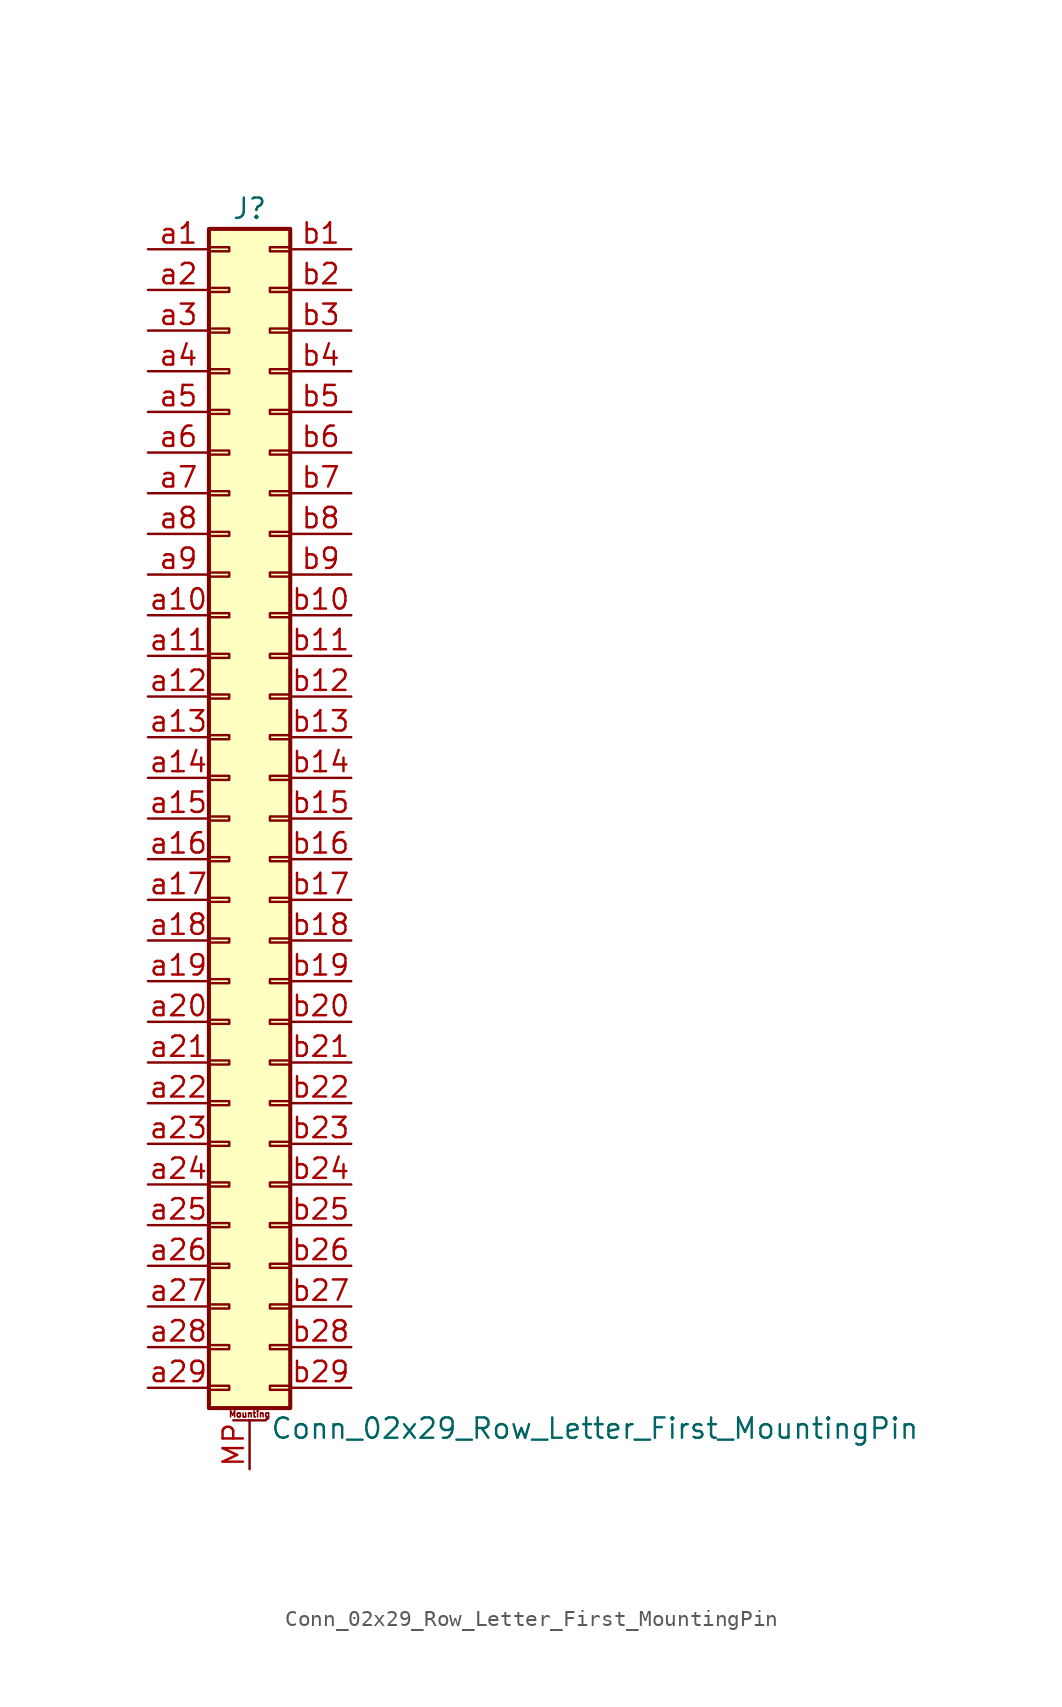
<source format=kicad_sym>
(kicad_symbol_lib
  (version 20201005)
  (generator kicad_symbol_editor)
  (symbol "Connector_Generic_MountingPin:Conn_02x29_Row_Letter_First_MountingPin"
    (pin_names
      (offset 1.016) hide)
    (property "Reference" "J"
      (at 1.27 38.1 0)
      (effects (font (size 1.27 1.27))))
    (property "Value" "Conn_02x29_Row_Letter_First_MountingPin"
      (at 2.54 -38.1 0)
      (effects (font (size 1.27 1.27)) (justify left)))
    (symbol "Conn_02x29_Row_Letter_First_MountingPin_1_1"
      (text "Mounting" (at 1.27 -37.211 0) (effects (font (size 0.381 0.381))))
      (rectangle (start -1.27 -27.813) (end 0 -28.067) (stroke (width 0.152)) (fill (type none)))
      (rectangle (start -1.27 -30.353) (end 0 -30.607) (stroke (width 0.152)) (fill (type none)))
      (rectangle (start -1.27 -32.893) (end 0 -33.147) (stroke (width 0.152)) (fill (type none)))
      (rectangle (start -1.27 -35.433) (end 0 -35.687) (stroke (width 0.152)) (fill (type none)))
      (rectangle (start -1.27 -4.953) (end 0 -5.207) (stroke (width 0.152)) (fill (type none)))
      (rectangle (start -1.27 -7.493) (end 0 -7.747) (stroke (width 0.152)) (fill (type none)))
      (rectangle (start -1.27 -10.033) (end 0 -10.287) (stroke (width 0.152)) (fill (type none)))
      (rectangle (start -1.27 -12.573) (end 0 -12.827) (stroke (width 0.152)) (fill (type none)))
      (rectangle (start -1.27 -15.113) (end 0 -15.367) (stroke (width 0.152)) (fill (type none)))
      (rectangle (start -1.27 -17.653) (end 0 -17.907) (stroke (width 0.152)) (fill (type none)))
      (rectangle (start -1.27 -20.193) (end 0 -20.447) (stroke (width 0.152)) (fill (type none)))
      (rectangle (start -1.27 -22.733) (end 0 -22.987) (stroke (width 0.152)) (fill (type none)))
      (rectangle (start -1.27 -2.413) (end 0 -2.667) (stroke (width 0.152)) (fill (type none)))
      (rectangle (start -1.27 -25.273) (end 0 -25.527) (stroke (width 0.152)) (fill (type none)))
      (rectangle (start -1.27 25.527) (end 0 25.273) (stroke (width 0.152)) (fill (type none)))
      (rectangle (start -1.27 2.667) (end 0 2.413) (stroke (width 0.152)) (fill (type none)))
      (rectangle (start -1.27 28.067) (end 0 27.813) (stroke (width 0.152)) (fill (type none)))
      (rectangle (start -1.27 30.607) (end 0 30.353) (stroke (width 0.152)) (fill (type none)))
      (rectangle (start -1.27 33.147) (end 0 32.893) (stroke (width 0.152)) (fill (type none)))
      (rectangle (start -1.27 35.687) (end 0 35.433) (stroke (width 0.152)) (fill (type none)))
      (rectangle (start -1.27 36.83) (end 3.81 -36.83) (stroke (width 0.254)) (fill (type background)))
      (rectangle (start -1.27 5.207) (end 0 4.953) (stroke (width 0.152)) (fill (type none)))
      (rectangle (start -1.27 7.747) (end 0 7.493) (stroke (width 0.152)) (fill (type none)))
      (rectangle (start -1.27 10.287) (end 0 10.033) (stroke (width 0.152)) (fill (type none)))
      (rectangle (start -1.27 0.127) (end 0 -0.127) (stroke (width 0.152)) (fill (type none)))
      (rectangle (start -1.27 12.827) (end 0 12.573) (stroke (width 0.152)) (fill (type none)))
      (rectangle (start -1.27 15.367) (end 0 15.113) (stroke (width 0.152)) (fill (type none)))
      (rectangle (start -1.27 17.907) (end 0 17.653) (stroke (width 0.152)) (fill (type none)))
      (rectangle (start -1.27 20.447) (end 0 20.193) (stroke (width 0.152)) (fill (type none)))
      (rectangle (start -1.27 22.987) (end 0 22.733) (stroke (width 0.152)) (fill (type none)))
      (rectangle (start 3.81 -27.813) (end 2.54 -28.067) (stroke (width 0.152)) (fill (type none)))
      (rectangle (start 3.81 -30.353) (end 2.54 -30.607) (stroke (width 0.152)) (fill (type none)))
      (rectangle (start 3.81 -32.893) (end 2.54 -33.147) (stroke (width 0.152)) (fill (type none)))
      (rectangle (start 3.81 -35.433) (end 2.54 -35.687) (stroke (width 0.152)) (fill (type none)))
      (rectangle (start 3.81 -4.953) (end 2.54 -5.207) (stroke (width 0.152)) (fill (type none)))
      (rectangle (start 3.81 -7.493) (end 2.54 -7.747) (stroke (width 0.152)) (fill (type none)))
      (rectangle (start 3.81 -10.033) (end 2.54 -10.287) (stroke (width 0.152)) (fill (type none)))
      (rectangle (start 3.81 -12.573) (end 2.54 -12.827) (stroke (width 0.152)) (fill (type none)))
      (rectangle (start 3.81 -15.113) (end 2.54 -15.367) (stroke (width 0.152)) (fill (type none)))
      (rectangle (start 3.81 -17.653) (end 2.54 -17.907) (stroke (width 0.152)) (fill (type none)))
      (rectangle (start 3.81 -20.193) (end 2.54 -20.447) (stroke (width 0.152)) (fill (type none)))
      (rectangle (start 3.81 -22.733) (end 2.54 -22.987) (stroke (width 0.152)) (fill (type none)))
      (rectangle (start 3.81 -2.413) (end 2.54 -2.667) (stroke (width 0.152)) (fill (type none)))
      (rectangle (start 3.81 -25.273) (end 2.54 -25.527) (stroke (width 0.152)) (fill (type none)))
      (rectangle (start 3.81 25.527) (end 2.54 25.273) (stroke (width 0.152)) (fill (type none)))
      (rectangle (start 3.81 2.667) (end 2.54 2.413) (stroke (width 0.152)) (fill (type none)))
      (rectangle (start 3.81 28.067) (end 2.54 27.813) (stroke (width 0.152)) (fill (type none)))
      (rectangle (start 3.81 30.607) (end 2.54 30.353) (stroke (width 0.152)) (fill (type none)))
      (rectangle (start 3.81 33.147) (end 2.54 32.893) (stroke (width 0.152)) (fill (type none)))
      (rectangle (start 3.81 35.687) (end 2.54 35.433) (stroke (width 0.152)) (fill (type none)))
      (rectangle (start 3.81 5.207) (end 2.54 4.953) (stroke (width 0.152)) (fill (type none)))
      (rectangle (start 3.81 7.747) (end 2.54 7.493) (stroke (width 0.152)) (fill (type none)))
      (rectangle (start 3.81 10.287) (end 2.54 10.033) (stroke (width 0.152)) (fill (type none)))
      (rectangle (start 3.81 0.127) (end 2.54 -0.127) (stroke (width 0.152)) (fill (type none)))
      (rectangle (start 3.81 12.827) (end 2.54 12.573) (stroke (width 0.152)) (fill (type none)))
      (rectangle (start 3.81 15.367) (end 2.54 15.113) (stroke (width 0.152)) (fill (type none)))
      (rectangle (start 3.81 17.907) (end 2.54 17.653) (stroke (width 0.152)) (fill (type none)))
      (rectangle (start 3.81 20.447) (end 2.54 20.193) (stroke (width 0.152)) (fill (type none)))
      (rectangle (start 3.81 22.987) (end 2.54 22.733) (stroke (width 0.152)) (fill (type none)))
      (polyline (pts (xy 0.254 -37.592) (xy 2.286 -37.592)) (stroke (width 0.152)) (fill (type none)))
      (pin passive line (at 1.27 -40.64 90) (length 3.048) (name "MountPin" (effects (font (size 1.27 1.27)))) (number "MP" (effects (font (size 1.27 1.27)))))
      (pin passive line (at -5.08 35.56 0) (length 3.81) (name "Pin_a1" (effects (font (size 1.27 1.27)))) (number "a1" (effects (font (size 1.27 1.27)))))
      (pin passive line (at -5.08 12.7 0) (length 3.81) (name "Pin_a10" (effects (font (size 1.27 1.27)))) (number "a10" (effects (font (size 1.27 1.27)))))
      (pin passive line (at -5.08 10.16 0) (length 3.81) (name "Pin_a11" (effects (font (size 1.27 1.27)))) (number "a11" (effects (font (size 1.27 1.27)))))
      (pin passive line (at -5.08 7.62 0) (length 3.81) (name "Pin_a12" (effects (font (size 1.27 1.27)))) (number "a12" (effects (font (size 1.27 1.27)))))
      (pin passive line (at -5.08 5.08 0) (length 3.81) (name "Pin_a13" (effects (font (size 1.27 1.27)))) (number "a13" (effects (font (size 1.27 1.27)))))
      (pin passive line (at -5.08 2.54 0) (length 3.81) (name "Pin_a14" (effects (font (size 1.27 1.27)))) (number "a14" (effects (font (size 1.27 1.27)))))
      (pin passive line (at -5.08 0 0) (length 3.81) (name "Pin_a15" (effects (font (size 1.27 1.27)))) (number "a15" (effects (font (size 1.27 1.27)))))
      (pin passive line (at -5.08 -2.54 0) (length 3.81) (name "Pin_a16" (effects (font (size 1.27 1.27)))) (number "a16" (effects (font (size 1.27 1.27)))))
      (pin passive line (at -5.08 -5.08 0) (length 3.81) (name "Pin_a17" (effects (font (size 1.27 1.27)))) (number "a17" (effects (font (size 1.27 1.27)))))
      (pin passive line (at -5.08 -7.62 0) (length 3.81) (name "Pin_a18" (effects (font (size 1.27 1.27)))) (number "a18" (effects (font (size 1.27 1.27)))))
      (pin passive line (at -5.08 -10.16 0) (length 3.81) (name "Pin_a19" (effects (font (size 1.27 1.27)))) (number "a19" (effects (font (size 1.27 1.27)))))
      (pin passive line (at -5.08 33.02 0) (length 3.81) (name "Pin_a2" (effects (font (size 1.27 1.27)))) (number "a2" (effects (font (size 1.27 1.27)))))
      (pin passive line (at -5.08 -12.7 0) (length 3.81) (name "Pin_a20" (effects (font (size 1.27 1.27)))) (number "a20" (effects (font (size 1.27 1.27)))))
      (pin passive line (at -5.08 -15.24 0) (length 3.81) (name "Pin_a21" (effects (font (size 1.27 1.27)))) (number "a21" (effects (font (size 1.27 1.27)))))
      (pin passive line (at -5.08 -17.78 0) (length 3.81) (name "Pin_a22" (effects (font (size 1.27 1.27)))) (number "a22" (effects (font (size 1.27 1.27)))))
      (pin passive line (at -5.08 -20.32 0) (length 3.81) (name "Pin_a23" (effects (font (size 1.27 1.27)))) (number "a23" (effects (font (size 1.27 1.27)))))
      (pin passive line (at -5.08 -22.86 0) (length 3.81) (name "Pin_a24" (effects (font (size 1.27 1.27)))) (number "a24" (effects (font (size 1.27 1.27)))))
      (pin passive line (at -5.08 -25.4 0) (length 3.81) (name "Pin_a25" (effects (font (size 1.27 1.27)))) (number "a25" (effects (font (size 1.27 1.27)))))
      (pin passive line (at -5.08 -27.94 0) (length 3.81) (name "Pin_a26" (effects (font (size 1.27 1.27)))) (number "a26" (effects (font (size 1.27 1.27)))))
      (pin passive line (at -5.08 -30.48 0) (length 3.81) (name "Pin_a27" (effects (font (size 1.27 1.27)))) (number "a27" (effects (font (size 1.27 1.27)))))
      (pin passive line (at -5.08 -33.02 0) (length 3.81) (name "Pin_a28" (effects (font (size 1.27 1.27)))) (number "a28" (effects (font (size 1.27 1.27)))))
      (pin passive line (at -5.08 -35.56 0) (length 3.81) (name "Pin_a29" (effects (font (size 1.27 1.27)))) (number "a29" (effects (font (size 1.27 1.27)))))
      (pin passive line (at -5.08 30.48 0) (length 3.81) (name "Pin_a3" (effects (font (size 1.27 1.27)))) (number "a3" (effects (font (size 1.27 1.27)))))
      (pin passive line (at -5.08 27.94 0) (length 3.81) (name "Pin_a4" (effects (font (size 1.27 1.27)))) (number "a4" (effects (font (size 1.27 1.27)))))
      (pin passive line (at -5.08 25.4 0) (length 3.81) (name "Pin_a5" (effects (font (size 1.27 1.27)))) (number "a5" (effects (font (size 1.27 1.27)))))
      (pin passive line (at -5.08 22.86 0) (length 3.81) (name "Pin_a6" (effects (font (size 1.27 1.27)))) (number "a6" (effects (font (size 1.27 1.27)))))
      (pin passive line (at -5.08 20.32 0) (length 3.81) (name "Pin_a7" (effects (font (size 1.27 1.27)))) (number "a7" (effects (font (size 1.27 1.27)))))
      (pin passive line (at -5.08 17.78 0) (length 3.81) (name "Pin_a8" (effects (font (size 1.27 1.27)))) (number "a8" (effects (font (size 1.27 1.27)))))
      (pin passive line (at -5.08 15.24 0) (length 3.81) (name "Pin_a9" (effects (font (size 1.27 1.27)))) (number "a9" (effects (font (size 1.27 1.27)))))
      (pin passive line (at 7.62 35.56 180) (length 3.81) (name "Pin_b1" (effects (font (size 1.27 1.27)))) (number "b1" (effects (font (size 1.27 1.27)))))
      (pin passive line (at 7.62 12.7 180) (length 3.81) (name "Pin_b10" (effects (font (size 1.27 1.27)))) (number "b10" (effects (font (size 1.27 1.27)))))
      (pin passive line (at 7.62 10.16 180) (length 3.81) (name "Pin_b11" (effects (font (size 1.27 1.27)))) (number "b11" (effects (font (size 1.27 1.27)))))
      (pin passive line (at 7.62 7.62 180) (length 3.81) (name "Pin_b12" (effects (font (size 1.27 1.27)))) (number "b12" (effects (font (size 1.27 1.27)))))
      (pin passive line (at 7.62 5.08 180) (length 3.81) (name "Pin_b13" (effects (font (size 1.27 1.27)))) (number "b13" (effects (font (size 1.27 1.27)))))
      (pin passive line (at 7.62 2.54 180) (length 3.81) (name "Pin_b14" (effects (font (size 1.27 1.27)))) (number "b14" (effects (font (size 1.27 1.27)))))
      (pin passive line (at 7.62 0 180) (length 3.81) (name "Pin_b15" (effects (font (size 1.27 1.27)))) (number "b15" (effects (font (size 1.27 1.27)))))
      (pin passive line (at 7.62 -2.54 180) (length 3.81) (name "Pin_b16" (effects (font (size 1.27 1.27)))) (number "b16" (effects (font (size 1.27 1.27)))))
      (pin passive line (at 7.62 -5.08 180) (length 3.81) (name "Pin_b17" (effects (font (size 1.27 1.27)))) (number "b17" (effects (font (size 1.27 1.27)))))
      (pin passive line (at 7.62 -7.62 180) (length 3.81) (name "Pin_b18" (effects (font (size 1.27 1.27)))) (number "b18" (effects (font (size 1.27 1.27)))))
      (pin passive line (at 7.62 -10.16 180) (length 3.81) (name "Pin_b19" (effects (font (size 1.27 1.27)))) (number "b19" (effects (font (size 1.27 1.27)))))
      (pin passive line (at 7.62 33.02 180) (length 3.81) (name "Pin_b2" (effects (font (size 1.27 1.27)))) (number "b2" (effects (font (size 1.27 1.27)))))
      (pin passive line (at 7.62 -12.7 180) (length 3.81) (name "Pin_b20" (effects (font (size 1.27 1.27)))) (number "b20" (effects (font (size 1.27 1.27)))))
      (pin passive line (at 7.62 -15.24 180) (length 3.81) (name "Pin_b21" (effects (font (size 1.27 1.27)))) (number "b21" (effects (font (size 1.27 1.27)))))
      (pin passive line (at 7.62 -17.78 180) (length 3.81) (name "Pin_b22" (effects (font (size 1.27 1.27)))) (number "b22" (effects (font (size 1.27 1.27)))))
      (pin passive line (at 7.62 -20.32 180) (length 3.81) (name "Pin_b23" (effects (font (size 1.27 1.27)))) (number "b23" (effects (font (size 1.27 1.27)))))
      (pin passive line (at 7.62 -22.86 180) (length 3.81) (name "Pin_b24" (effects (font (size 1.27 1.27)))) (number "b24" (effects (font (size 1.27 1.27)))))
      (pin passive line (at 7.62 -25.4 180) (length 3.81) (name "Pin_b25" (effects (font (size 1.27 1.27)))) (number "b25" (effects (font (size 1.27 1.27)))))
      (pin passive line (at 7.62 -27.94 180) (length 3.81) (name "Pin_b26" (effects (font (size 1.27 1.27)))) (number "b26" (effects (font (size 1.27 1.27)))))
      (pin passive line (at 7.62 -30.48 180) (length 3.81) (name "Pin_b27" (effects (font (size 1.27 1.27)))) (number "b27" (effects (font (size 1.27 1.27)))))
      (pin passive line (at 7.62 -33.02 180) (length 3.81) (name "Pin_b28" (effects (font (size 1.27 1.27)))) (number "b28" (effects (font (size 1.27 1.27)))))
      (pin passive line (at 7.62 -35.56 180) (length 3.81) (name "Pin_b29" (effects (font (size 1.27 1.27)))) (number "b29" (effects (font (size 1.27 1.27)))))
      (pin passive line (at 7.62 30.48 180) (length 3.81) (name "Pin_b3" (effects (font (size 1.27 1.27)))) (number "b3" (effects (font (size 1.27 1.27)))))
      (pin passive line (at 7.62 27.94 180) (length 3.81) (name "Pin_b4" (effects (font (size 1.27 1.27)))) (number "b4" (effects (font (size 1.27 1.27)))))
      (pin passive line (at 7.62 25.4 180) (length 3.81) (name "Pin_b5" (effects (font (size 1.27 1.27)))) (number "b5" (effects (font (size 1.27 1.27)))))
      (pin passive line (at 7.62 22.86 180) (length 3.81) (name "Pin_b6" (effects (font (size 1.27 1.27)))) (number "b6" (effects (font (size 1.27 1.27)))))
      (pin passive line (at 7.62 20.32 180) (length 3.81) (name "Pin_b7" (effects (font (size 1.27 1.27)))) (number "b7" (effects (font (size 1.27 1.27)))))
      (pin passive line (at 7.62 17.78 180) (length 3.81) (name "Pin_b8" (effects (font (size 1.27 1.27)))) (number "b8" (effects (font (size 1.27 1.27)))))
      (pin passive line (at 7.62 15.24 180) (length 3.81) (name "Pin_b9" (effects (font (size 1.27 1.27)))) (number "b9" (effects (font (size 1.27 1.27))))))))
</source>
